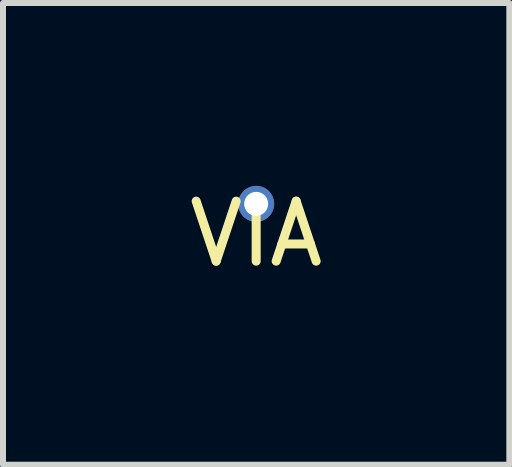
<source format=kicad_pcb>
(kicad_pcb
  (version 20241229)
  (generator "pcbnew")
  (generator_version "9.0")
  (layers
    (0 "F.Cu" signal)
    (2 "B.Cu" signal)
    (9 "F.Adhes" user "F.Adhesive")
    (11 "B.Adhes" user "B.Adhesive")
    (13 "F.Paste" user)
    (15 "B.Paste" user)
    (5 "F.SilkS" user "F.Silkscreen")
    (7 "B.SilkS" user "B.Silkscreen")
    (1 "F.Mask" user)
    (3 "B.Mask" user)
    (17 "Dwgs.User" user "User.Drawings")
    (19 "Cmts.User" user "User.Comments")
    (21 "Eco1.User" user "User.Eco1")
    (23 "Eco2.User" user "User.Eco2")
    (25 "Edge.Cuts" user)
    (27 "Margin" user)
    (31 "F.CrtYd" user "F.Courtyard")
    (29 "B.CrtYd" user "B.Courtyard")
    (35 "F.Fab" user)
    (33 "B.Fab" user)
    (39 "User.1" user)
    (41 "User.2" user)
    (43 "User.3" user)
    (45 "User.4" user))
  (footprint "VIA"
    (layer "F.Cu")
    (at 1.22 0.348)
    (property "Reference" "VIA" (at 0 0.5 0) (layer "F.SilkS") (effects (font (size 1 1) (thickness 0.15))))
    (attr through_hole)
    (pad "1" thru_hole circle (at 0 0) (size 0.6 0.6) (drill 0.4) (layers "*.Cu")))
  (gr_rect
    (start -3 -3)
    (end 5.44 4.697)
    (stroke (width 0.1) (type default))
    (fill no)
    (layer "Edge.Cuts")))
</source>
